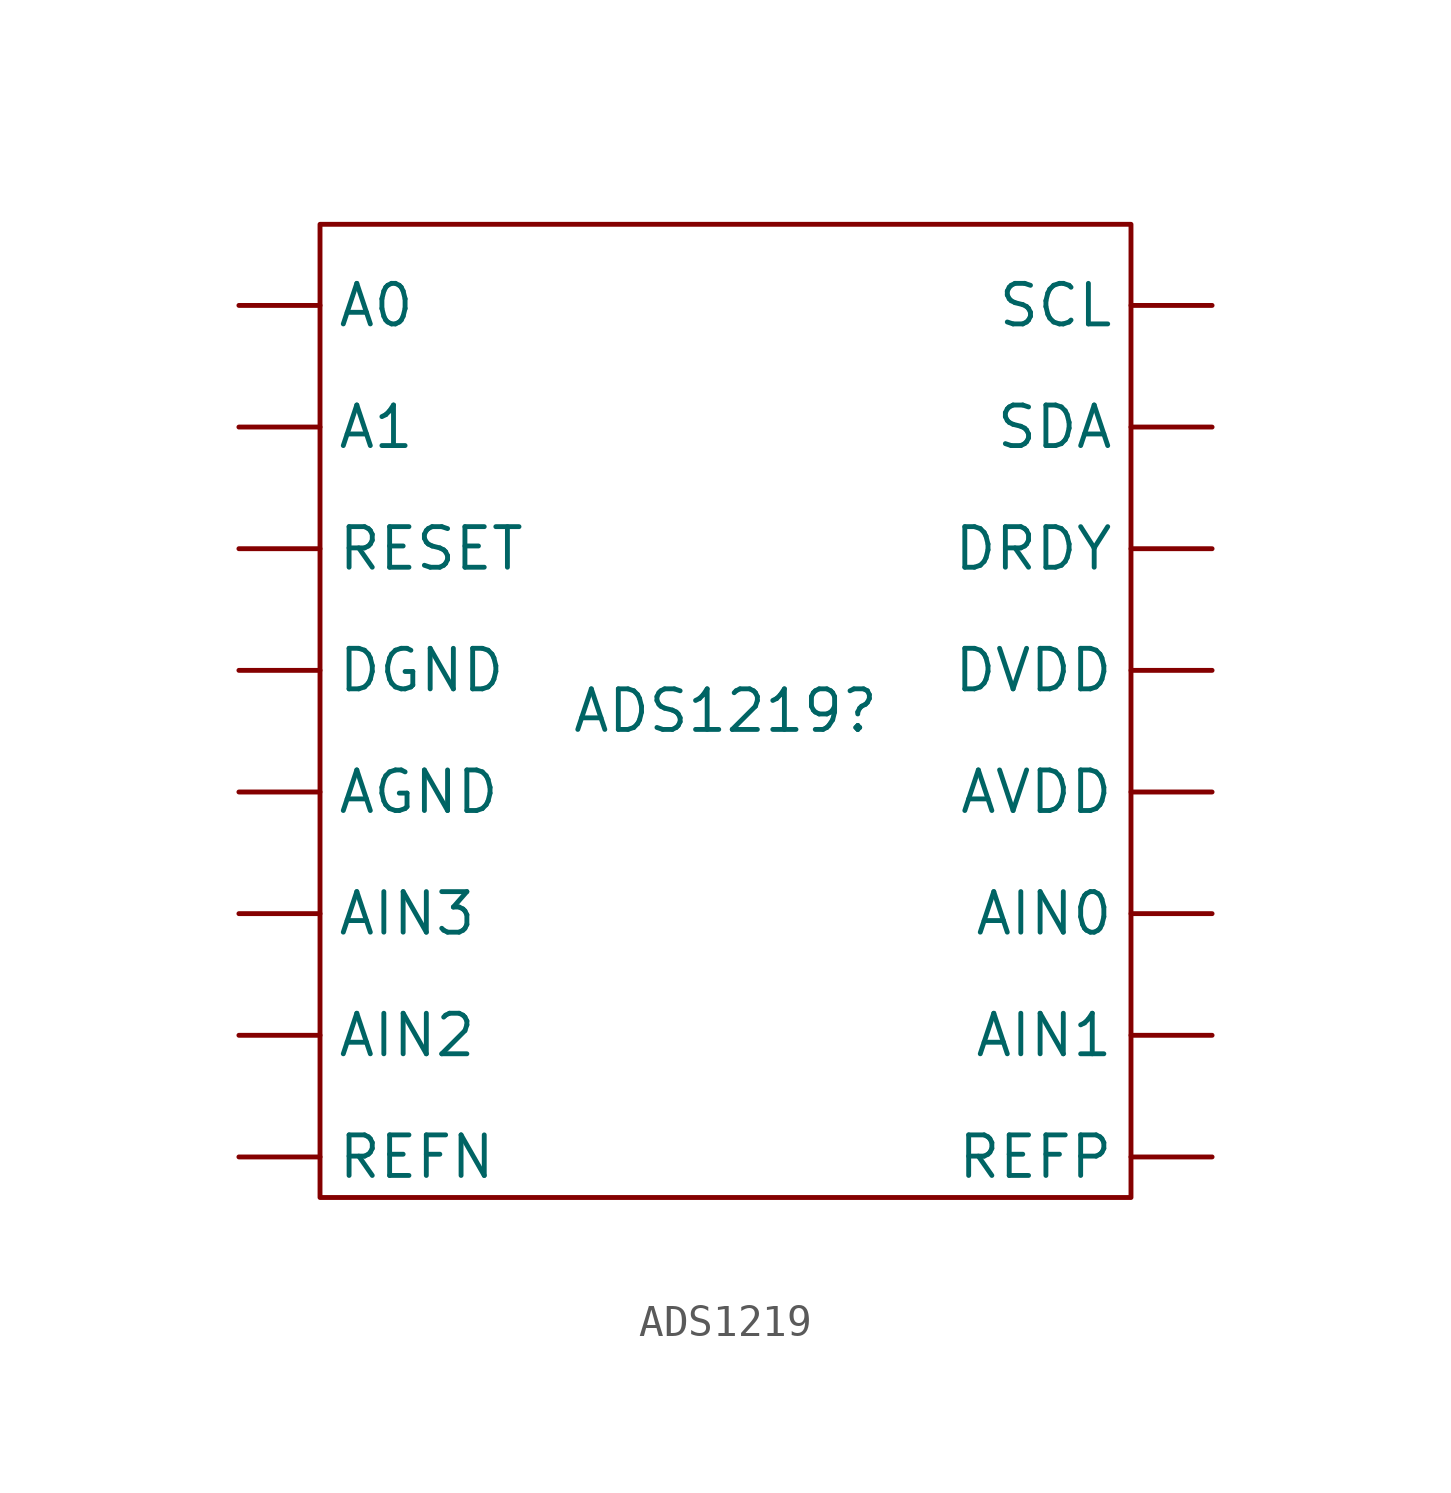
<source format=kicad_sym>
(kicad_symbol_lib
  (version 20231120)
  (generator "kicad_symbol_editor")
  (generator_version "8.0")
  (symbol "ADS1219"
    (property "Reference" "ADS1219"
      (at 0 0 0)
      (effects (font (size 1.27 1.27))))
    (property "Value" ""
      (at 0 0 0)
      (effects (font (size 1.27 1.27))))
    (symbol "ADS1219_0_1"
      (rectangle (start -12.7 15.24) (end 12.7 -15.24) (stroke (width 0) (type default)) (fill (type none))))
    (symbol "ADS1219_1_1"
      (pin input line (at -15.24 12.7 0) (length 2.54) (name "A0" (effects (font (size 1.27 1.27)))) (number "" (effects (font (size 1.27 1.27)))))
      (pin input line (at -15.24 8.89 0) (length 2.54) (name "A1" (effects (font (size 1.27 1.27)))) (number "" (effects (font (size 1.27 1.27)))))
      (pin input line (at -15.24 -2.54 0) (length 2.54) (name "AGND" (effects (font (size 1.27 1.27)))) (number "" (effects (font (size 1.27 1.27)))))
      (pin input line (at 15.24 -6.35 180) (length 2.54) (name "AIN0" (effects (font (size 1.27 1.27)))) (number "" (effects (font (size 1.27 1.27)))))
      (pin input line (at 15.24 -10.16 180) (length 2.54) (name "AIN1" (effects (font (size 1.27 1.27)))) (number "" (effects (font (size 1.27 1.27)))))
      (pin input line (at -15.24 -10.16 0) (length 2.54) (name "AIN2" (effects (font (size 1.27 1.27)))) (number "" (effects (font (size 1.27 1.27)))))
      (pin input line (at -15.24 -6.35 0) (length 2.54) (name "AIN3" (effects (font (size 1.27 1.27)))) (number "" (effects (font (size 1.27 1.27)))))
      (pin input line (at 15.24 -2.54 180) (length 2.54) (name "AVDD" (effects (font (size 1.27 1.27)))) (number "" (effects (font (size 1.27 1.27)))))
      (pin input line (at -15.24 1.27 0) (length 2.54) (name "DGND" (effects (font (size 1.27 1.27)))) (number "" (effects (font (size 1.27 1.27)))))
      (pin input line (at 15.24 5.08 180) (length 2.54) (name "DRDY" (effects (font (size 1.27 1.27)))) (number "" (effects (font (size 1.27 1.27)))))
      (pin input line (at 15.24 1.27 180) (length 2.54) (name "DVDD" (effects (font (size 1.27 1.27)))) (number "" (effects (font (size 1.27 1.27)))))
      (pin input line (at -15.24 -13.97 0) (length 2.54) (name "REFN" (effects (font (size 1.27 1.27)))) (number "" (effects (font (size 1.27 1.27)))))
      (pin input line (at 15.24 -13.97 180) (length 2.54) (name "REFP" (effects (font (size 1.27 1.27)))) (number "" (effects (font (size 1.27 1.27)))))
      (pin input line (at -15.24 5.08 0) (length 2.54) (name "RESET" (effects (font (size 1.27 1.27)))) (number "" (effects (font (size 1.27 1.27)))))
      (pin bidirectional line (at 15.24 12.7 180) (length 2.54) (name "SCL" (effects (font (size 1.27 1.27)))) (number "" (effects (font (size 1.27 1.27)))))
      (pin bidirectional line (at 15.24 8.89 180) (length 2.54) (name "SDA" (effects (font (size 1.27 1.27)))) (number "" (effects (font (size 1.27 1.27))))))))
</source>
